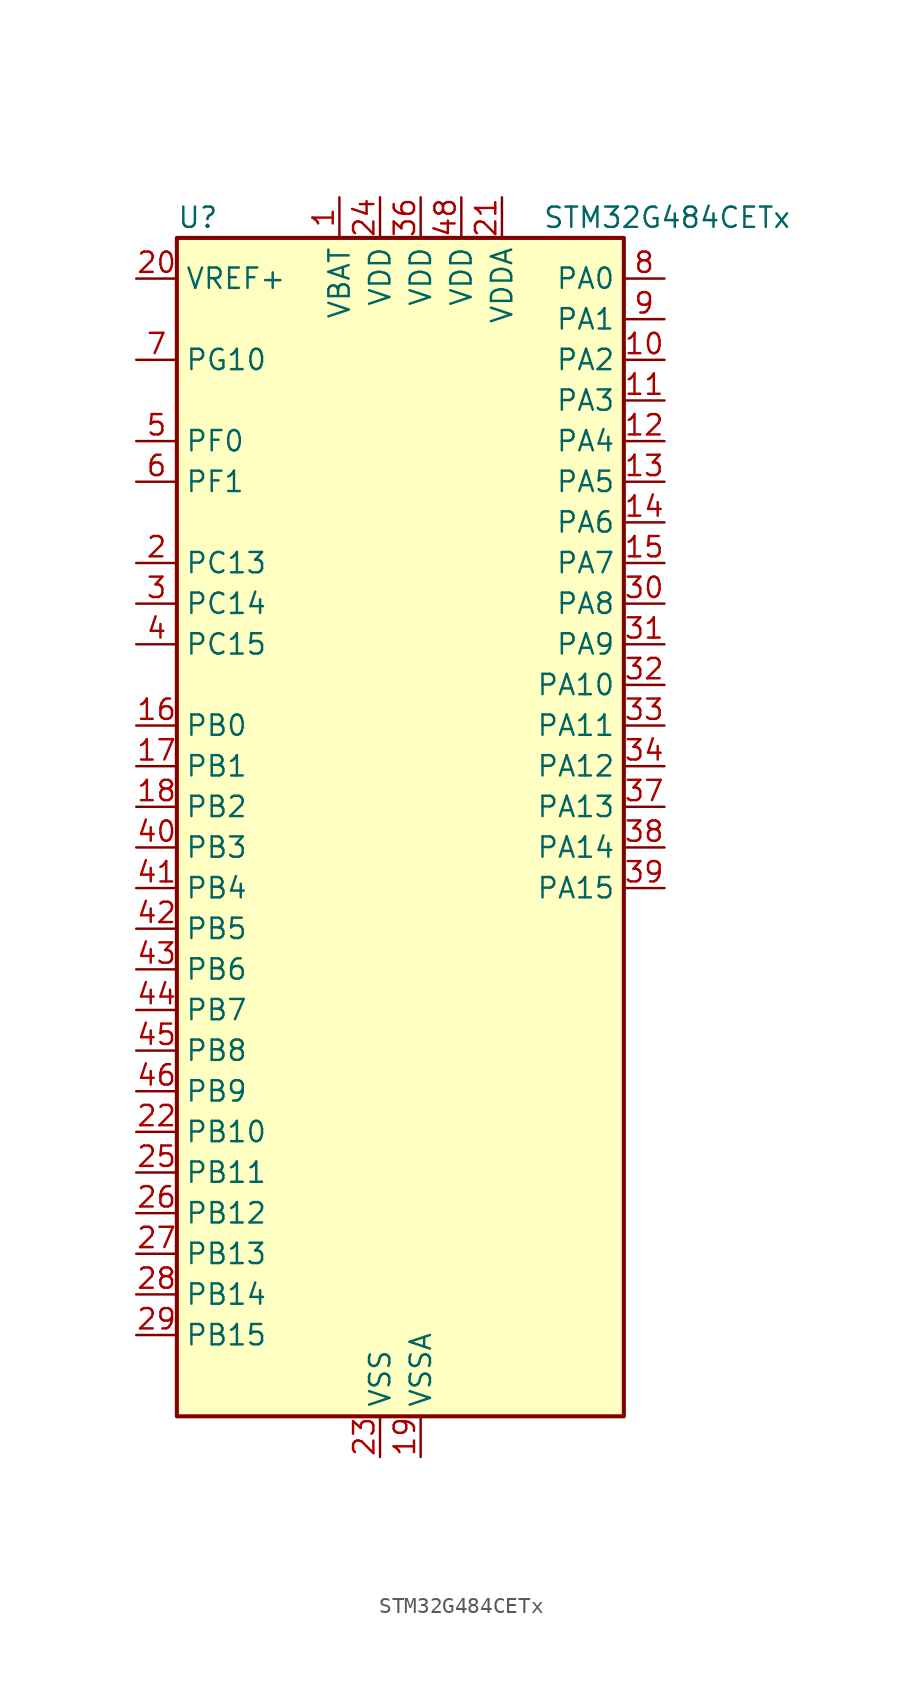
<source format=kicad_sym>
(kicad_symbol_lib
  (version 20231120)
  (generator "kicad_symbol_editor")
  (generator_version "8.0")
  (symbol "STM32G484CETx"
    (property "Reference" "U"
      (at -12.7 39.37 0)
      (effects (font (size 1.27 1.27)) (justify left)))
    (property "Value" "STM32G484CETx"
      (at 10.16 39.37 0)
      (effects (font (size 1.27 1.27)) (justify left)))
    (property "ki_locked" ""
      (at 0 0 0)
      (effects (font (size 1.27 1.27))))
    (symbol "STM32G484CETx_0_1"
      (rectangle (start -12.7 -35.56) (end 15.24 38.1) (stroke (width 0.254) (type default)) (fill (type background))))
    (symbol "STM32G484CETx_1_1"
      (pin power_in line (at -2.54 40.64 270) (length 2.54) (name "VBAT" (effects (font (size 1.27 1.27)))) (number "1" (effects (font (size 1.27 1.27)))))
      (pin bidirectional line (at 17.78 30.48 180) (length 2.54) (name "PA2" (effects (font (size 1.27 1.27)))) (number "10" (effects (font (size 1.27 1.27)))) (alternate "ADC1_IN3" bidirectional line) (alternate "ADC3_EXTI2" bidirectional line) (alternate "ADC4_EXTI2" bidirectional line) (alternate "ADC5_EXTI2" bidirectional line) (alternate "COMP2_INM" bidirectional line) (alternate "COMP2_OUT" bidirectional line) (alternate "LPUART1_TX" bidirectional line) (alternate "OPAMP1_VOUT" bidirectional line) (alternate "QUADSPI1_BK1_NCS" bidirectional line) (alternate "RCC_LSCO" bidirectional line) (alternate "SYS_WKUP4" bidirectional line) (alternate "TIM15_CH1" bidirectional line) (alternate "TIM2_CH3" bidirectional line) (alternate "TIM5_CH3" bidirectional line) (alternate "UCPD1_FRSTX1" bidirectional line) (alternate "UCPD1_FRSTX2" bidirectional line) (alternate "USART2_TX" bidirectional line))
      (pin bidirectional line (at 17.78 27.94 180) (length 2.54) (name "PA3" (effects (font (size 1.27 1.27)))) (number "11" (effects (font (size 1.27 1.27)))) (alternate "ADC1_IN4" bidirectional line) (alternate "ADC3_EXTI3" bidirectional line) (alternate "ADC4_EXTI3" bidirectional line) (alternate "ADC5_EXTI3" bidirectional line) (alternate "COMP2_INP" bidirectional line) (alternate "LPUART1_RX" bidirectional line) (alternate "OPAMP1_VINM" bidirectional line) (alternate "OPAMP1_VINM0" bidirectional line) (alternate "OPAMP1_VINM_SEC" bidirectional line) (alternate "OPAMP1_VINP" bidirectional line) (alternate "OPAMP1_VINP_SEC" bidirectional line) (alternate "OPAMP5_VINM" bidirectional line) (alternate "OPAMP5_VINM1" bidirectional line) (alternate "OPAMP5_VINM_SEC" bidirectional line) (alternate "QUADSPI1_CLK" bidirectional line) (alternate "SAI1_CK1" bidirectional line) (alternate "SAI1_MCLK_A" bidirectional line) (alternate "TIM15_CH2" bidirectional line) (alternate "TIM2_CH4" bidirectional line) (alternate "TIM5_CH4" bidirectional line) (alternate "USART2_RX" bidirectional line))
      (pin bidirectional line (at 17.78 25.4 180) (length 2.54) (name "PA4" (effects (font (size 1.27 1.27)))) (number "12" (effects (font (size 1.27 1.27)))) (alternate "ADC2_IN17" bidirectional line) (alternate "COMP1_INM" bidirectional line) (alternate "DAC1_OUT1" bidirectional line) (alternate "I2S3_WS" bidirectional line) (alternate "SAI1_FS_B" bidirectional line) (alternate "SPI1_NSS" bidirectional line) (alternate "SPI3_NSS" bidirectional line) (alternate "TIM3_CH2" bidirectional line) (alternate "USART2_CK" bidirectional line))
      (pin bidirectional line (at 17.78 22.86 180) (length 2.54) (name "PA5" (effects (font (size 1.27 1.27)))) (number "13" (effects (font (size 1.27 1.27)))) (alternate "ADC2_IN13" bidirectional line) (alternate "COMP2_INM" bidirectional line) (alternate "DAC1_OUT2" bidirectional line) (alternate "OPAMP2_VINM" bidirectional line) (alternate "OPAMP2_VINM0" bidirectional line) (alternate "OPAMP2_VINM_SEC" bidirectional line) (alternate "SPI1_SCK" bidirectional line) (alternate "TIM2_CH1" bidirectional line) (alternate "TIM2_ETR" bidirectional line) (alternate "UCPD1_FRSTX1" bidirectional line) (alternate "UCPD1_FRSTX2" bidirectional line))
      (pin bidirectional line (at 17.78 20.32 180) (length 2.54) (name "PA6" (effects (font (size 1.27 1.27)))) (number "14" (effects (font (size 1.27 1.27)))) (alternate "ADC2_IN3" bidirectional line) (alternate "COMP1_OUT" bidirectional line) (alternate "DAC2_OUT1" bidirectional line) (alternate "LPUART1_CTS" bidirectional line) (alternate "OPAMP2_VOUT" bidirectional line) (alternate "QUADSPI1_BK1_IO3" bidirectional line) (alternate "SPI1_MISO" bidirectional line) (alternate "TIM16_CH1" bidirectional line) (alternate "TIM1_BKIN" bidirectional line) (alternate "TIM3_CH1" bidirectional line) (alternate "TIM8_BKIN" bidirectional line))
      (pin bidirectional line (at 17.78 17.78 180) (length 2.54) (name "PA7" (effects (font (size 1.27 1.27)))) (number "15" (effects (font (size 1.27 1.27)))) (alternate "ADC2_IN4" bidirectional line) (alternate "COMP2_INP" bidirectional line) (alternate "COMP2_OUT" bidirectional line) (alternate "OPAMP1_VINP" bidirectional line) (alternate "OPAMP1_VINP_SEC" bidirectional line) (alternate "OPAMP2_VINP" bidirectional line) (alternate "OPAMP2_VINP_SEC" bidirectional line) (alternate "QUADSPI1_BK1_IO2" bidirectional line) (alternate "SPI1_MOSI" bidirectional line) (alternate "TIM17_CH1" bidirectional line) (alternate "TIM1_CH1N" bidirectional line) (alternate "TIM3_CH2" bidirectional line) (alternate "TIM8_CH1N" bidirectional line) (alternate "UCPD1_FRSTX1" bidirectional line) (alternate "UCPD1_FRSTX2" bidirectional line))
      (pin bidirectional line (at -15.24 7.62 0) (length 2.54) (name "PB0" (effects (font (size 1.27 1.27)))) (number "16" (effects (font (size 1.27 1.27)))) (alternate "ADC1_IN15" bidirectional line) (alternate "ADC3_IN12" bidirectional line) (alternate "COMP4_INP" bidirectional line) (alternate "HRTIM1_FLT5" bidirectional line) (alternate "OPAMP2_VINP" bidirectional line) (alternate "OPAMP2_VINP_SEC" bidirectional line) (alternate "OPAMP3_VINP" bidirectional line) (alternate "OPAMP3_VINP_SEC" bidirectional line) (alternate "QUADSPI1_BK1_IO1" bidirectional line) (alternate "TIM1_CH2N" bidirectional line) (alternate "TIM3_CH3" bidirectional line) (alternate "TIM8_CH2N" bidirectional line) (alternate "UCPD1_FRSTX1" bidirectional line) (alternate "UCPD1_FRSTX2" bidirectional line))
      (pin bidirectional line (at -15.24 5.08 0) (length 2.54) (name "PB1" (effects (font (size 1.27 1.27)))) (number "17" (effects (font (size 1.27 1.27)))) (alternate "ADC1_IN12" bidirectional line) (alternate "ADC3_IN1" bidirectional line) (alternate "COMP1_INP" bidirectional line) (alternate "COMP4_OUT" bidirectional line) (alternate "HRTIM1_SCOUT" bidirectional line) (alternate "LPUART1_DE" bidirectional line) (alternate "LPUART1_RTS" bidirectional line) (alternate "OPAMP3_VOUT" bidirectional line) (alternate "OPAMP6_VINM" bidirectional line) (alternate "OPAMP6_VINM1" bidirectional line) (alternate "OPAMP6_VINM_SEC" bidirectional line) (alternate "QUADSPI1_BK1_IO0" bidirectional line) (alternate "TIM1_CH3N" bidirectional line) (alternate "TIM3_CH4" bidirectional line) (alternate "TIM8_CH3N" bidirectional line))
      (pin bidirectional line (at -15.24 2.54 0) (length 2.54) (name "PB2" (effects (font (size 1.27 1.27)))) (number "18" (effects (font (size 1.27 1.27)))) (alternate "ADC2_IN12" bidirectional line) (alternate "ADC3_EXTI2" bidirectional line) (alternate "ADC4_EXTI2" bidirectional line) (alternate "ADC5_EXTI2" bidirectional line) (alternate "COMP4_INM" bidirectional line) (alternate "HRTIM1_SCIN" bidirectional line) (alternate "I2C3_SMBA" bidirectional line) (alternate "LPTIM1_OUT" bidirectional line) (alternate "OPAMP3_VINM" bidirectional line) (alternate "OPAMP3_VINM0" bidirectional line) (alternate "OPAMP3_VINM_SEC" bidirectional line) (alternate "QUADSPI1_BK2_IO1" bidirectional line) (alternate "RTC_OUT2" bidirectional line) (alternate "TIM20_CH1" bidirectional line) (alternate "TIM5_CH1" bidirectional line))
      (pin power_in line (at 2.54 -38.1 90) (length 2.54) (name "VSSA" (effects (font (size 1.27 1.27)))) (number "19" (effects (font (size 1.27 1.27)))))
      (pin bidirectional line (at -15.24 17.78 0) (length 2.54) (name "PC13" (effects (font (size 1.27 1.27)))) (number "2" (effects (font (size 1.27 1.27)))) (alternate "RTC_OUT1" bidirectional line) (alternate "RTC_TAMP1" bidirectional line) (alternate "RTC_TS" bidirectional line) (alternate "SYS_WKUP2" bidirectional line) (alternate "TIM1_BKIN" bidirectional line) (alternate "TIM1_CH1N" bidirectional line) (alternate "TIM8_CH4N" bidirectional line))
      (pin input line (at -15.24 35.56 0) (length 2.54) (name "VREF+" (effects (font (size 1.27 1.27)))) (number "20" (effects (font (size 1.27 1.27)))) (alternate "VREFBUF_OUT" bidirectional line))
      (pin power_in line (at 7.62 40.64 270) (length 2.54) (name "VDDA" (effects (font (size 1.27 1.27)))) (number "21" (effects (font (size 1.27 1.27)))))
      (pin bidirectional line (at -15.24 -17.78 0) (length 2.54) (name "PB10" (effects (font (size 1.27 1.27)))) (number "22" (effects (font (size 1.27 1.27)))) (alternate "COMP5_INM" bidirectional line) (alternate "DAC1_EXTI10" bidirectional line) (alternate "DAC2_EXTI10" bidirectional line) (alternate "DAC3_EXTI10" bidirectional line) (alternate "DAC4_EXTI10" bidirectional line) (alternate "HRTIM1_FLT3" bidirectional line) (alternate "LPUART1_RX" bidirectional line) (alternate "OPAMP3_VINM" bidirectional line) (alternate "OPAMP3_VINM1" bidirectional line) (alternate "OPAMP3_VINM_SEC" bidirectional line) (alternate "OPAMP4_VINM" bidirectional line) (alternate "OPAMP4_VINM0" bidirectional line) (alternate "OPAMP4_VINM_SEC" bidirectional line) (alternate "QUADSPI1_CLK" bidirectional line) (alternate "SAI1_SCK_A" bidirectional line) (alternate "TIM1_BKIN" bidirectional line) (alternate "TIM2_CH3" bidirectional line) (alternate "USART3_TX" bidirectional line))
      (pin power_in line (at 0 -38.1 90) (length 2.54) (name "VSS" (effects (font (size 1.27 1.27)))) (number "23" (effects (font (size 1.27 1.27)))))
      (pin power_in line (at 0 40.64 270) (length 2.54) (name "VDD" (effects (font (size 1.27 1.27)))) (number "24" (effects (font (size 1.27 1.27)))))
      (pin bidirectional line (at -15.24 -20.32 0) (length 2.54) (name "PB11" (effects (font (size 1.27 1.27)))) (number "25" (effects (font (size 1.27 1.27)))) (alternate "ADC1_EXTI11" bidirectional line) (alternate "ADC1_IN14" bidirectional line) (alternate "ADC2_EXTI11" bidirectional line) (alternate "ADC2_IN14" bidirectional line) (alternate "COMP6_INP" bidirectional line) (alternate "HRTIM1_FLT4" bidirectional line) (alternate "LPUART1_TX" bidirectional line) (alternate "OPAMP4_VINP" bidirectional line) (alternate "OPAMP4_VINP_SEC" bidirectional line) (alternate "OPAMP6_VOUT" bidirectional line) (alternate "QUADSPI1_BK1_NCS" bidirectional line) (alternate "TIM2_CH4" bidirectional line) (alternate "USART3_RX" bidirectional line))
      (pin bidirectional line (at -15.24 -22.86 0) (length 2.54) (name "PB12" (effects (font (size 1.27 1.27)))) (number "26" (effects (font (size 1.27 1.27)))) (alternate "ADC1_IN11" bidirectional line) (alternate "ADC4_IN3" bidirectional line) (alternate "COMP7_INM" bidirectional line) (alternate "FDCAN2_RX" bidirectional line) (alternate "HRTIM1_CHC1" bidirectional line) (alternate "I2C2_SMBA" bidirectional line) (alternate "I2S2_WS" bidirectional line) (alternate "LPUART1_DE" bidirectional line) (alternate "LPUART1_RTS" bidirectional line) (alternate "OPAMP4_VOUT" bidirectional line) (alternate "OPAMP6_VINP" bidirectional line) (alternate "OPAMP6_VINP_SEC" bidirectional line) (alternate "SPI2_NSS" bidirectional line) (alternate "TIM1_BKIN" bidirectional line) (alternate "TIM5_ETR" bidirectional line) (alternate "USART3_CK" bidirectional line))
      (pin bidirectional line (at -15.24 -25.4 0) (length 2.54) (name "PB13" (effects (font (size 1.27 1.27)))) (number "27" (effects (font (size 1.27 1.27)))) (alternate "ADC3_IN5" bidirectional line) (alternate "COMP5_INP" bidirectional line) (alternate "FDCAN2_TX" bidirectional line) (alternate "HRTIM1_CHC2" bidirectional line) (alternate "I2S2_CK" bidirectional line) (alternate "LPUART1_CTS" bidirectional line) (alternate "OPAMP3_VINP" bidirectional line) (alternate "OPAMP3_VINP_SEC" bidirectional line) (alternate "OPAMP4_VINP" bidirectional line) (alternate "OPAMP4_VINP_SEC" bidirectional line) (alternate "OPAMP6_VINP" bidirectional line) (alternate "OPAMP6_VINP_SEC" bidirectional line) (alternate "SPI2_SCK" bidirectional line) (alternate "TIM1_CH1N" bidirectional line) (alternate "USART3_CTS" bidirectional line) (alternate "USART3_NSS" bidirectional line))
      (pin bidirectional line (at -15.24 -27.94 0) (length 2.54) (name "PB14" (effects (font (size 1.27 1.27)))) (number "28" (effects (font (size 1.27 1.27)))) (alternate "ADC1_IN5" bidirectional line) (alternate "ADC4_IN4" bidirectional line) (alternate "COMP4_OUT" bidirectional line) (alternate "COMP7_INP" bidirectional line) (alternate "HRTIM1_CHD1" bidirectional line) (alternate "OPAMP2_VINP" bidirectional line) (alternate "OPAMP2_VINP_SEC" bidirectional line) (alternate "OPAMP5_VINP" bidirectional line) (alternate "OPAMP5_VINP_SEC" bidirectional line) (alternate "SPI2_MISO" bidirectional line) (alternate "TIM15_CH1" bidirectional line) (alternate "TIM1_CH2N" bidirectional line) (alternate "USART3_DE" bidirectional line) (alternate "USART3_RTS" bidirectional line))
      (pin bidirectional line (at -15.24 -30.48 0) (length 2.54) (name "PB15" (effects (font (size 1.27 1.27)))) (number "29" (effects (font (size 1.27 1.27)))) (alternate "ADC1_EXTI15" bidirectional line) (alternate "ADC2_EXTI15" bidirectional line) (alternate "ADC2_IN15" bidirectional line) (alternate "ADC4_IN5" bidirectional line) (alternate "COMP3_OUT" bidirectional line) (alternate "COMP6_INM" bidirectional line) (alternate "HRTIM1_CHD2" bidirectional line) (alternate "I2S2_SD" bidirectional line) (alternate "OPAMP5_VINM" bidirectional line) (alternate "OPAMP5_VINM0" bidirectional line) (alternate "OPAMP5_VINM_SEC" bidirectional line) (alternate "RTC_REFIN" bidirectional line) (alternate "SPI2_MOSI" bidirectional line) (alternate "TIM15_CH1N" bidirectional line) (alternate "TIM15_CH2" bidirectional line) (alternate "TIM1_CH3N" bidirectional line))
      (pin bidirectional line (at -15.24 15.24 0) (length 2.54) (name "PC14" (effects (font (size 1.27 1.27)))) (number "3" (effects (font (size 1.27 1.27)))) (alternate "RCC_OSC32_IN" bidirectional line))
      (pin bidirectional line (at 17.78 15.24 180) (length 2.54) (name "PA8" (effects (font (size 1.27 1.27)))) (number "30" (effects (font (size 1.27 1.27)))) (alternate "ADC5_IN1" bidirectional line) (alternate "COMP7_OUT" bidirectional line) (alternate "FDCAN3_RX" bidirectional line) (alternate "HRTIM1_CHA1" bidirectional line) (alternate "I2C2_SDA" bidirectional line) (alternate "I2C3_SCL" bidirectional line) (alternate "I2S2_MCK" bidirectional line) (alternate "OPAMP5_VOUT" bidirectional line) (alternate "RCC_MCO" bidirectional line) (alternate "SAI1_CK2" bidirectional line) (alternate "SAI1_SCK_A" bidirectional line) (alternate "TIM1_CH1" bidirectional line) (alternate "TIM4_ETR" bidirectional line) (alternate "USART1_CK" bidirectional line))
      (pin bidirectional line (at 17.78 12.7 180) (length 2.54) (name "PA9" (effects (font (size 1.27 1.27)))) (number "31" (effects (font (size 1.27 1.27)))) (alternate "ADC5_IN2" bidirectional line) (alternate "COMP5_OUT" bidirectional line) (alternate "DAC1_EXTI9" bidirectional line) (alternate "DAC2_EXTI9" bidirectional line) (alternate "DAC3_EXTI9" bidirectional line) (alternate "DAC4_EXTI9" bidirectional line) (alternate "HRTIM1_CHA2" bidirectional line) (alternate "I2C2_SCL" bidirectional line) (alternate "I2C3_SMBA" bidirectional line) (alternate "I2S3_MCK" bidirectional line) (alternate "SAI1_FS_A" bidirectional line) (alternate "TIM15_BKIN" bidirectional line) (alternate "TIM1_CH2" bidirectional line) (alternate "TIM2_CH3" bidirectional line) (alternate "UCPD1_DBCC1" bidirectional line) (alternate "USART1_TX" bidirectional line))
      (pin bidirectional line (at 17.78 10.16 180) (length 2.54) (name "PA10" (effects (font (size 1.27 1.27)))) (number "32" (effects (font (size 1.27 1.27)))) (alternate "COMP6_OUT" bidirectional line) (alternate "CRS_SYNC" bidirectional line) (alternate "DAC1_EXTI10" bidirectional line) (alternate "DAC2_EXTI10" bidirectional line) (alternate "DAC3_EXTI10" bidirectional line) (alternate "DAC4_EXTI10" bidirectional line) (alternate "HRTIM1_CHB1" bidirectional line) (alternate "I2C2_SMBA" bidirectional line) (alternate "SAI1_D1" bidirectional line) (alternate "SAI1_SD_A" bidirectional line) (alternate "SPI2_MISO" bidirectional line) (alternate "TIM17_BKIN" bidirectional line) (alternate "TIM1_CH3" bidirectional line) (alternate "TIM2_CH4" bidirectional line) (alternate "TIM8_BKIN" bidirectional line) (alternate "UCPD1_DBCC2" bidirectional line) (alternate "USART1_RX" bidirectional line))
      (pin bidirectional line (at 17.78 7.62 180) (length 2.54) (name "PA11" (effects (font (size 1.27 1.27)))) (number "33" (effects (font (size 1.27 1.27)))) (alternate "ADC1_EXTI11" bidirectional line) (alternate "ADC2_EXTI11" bidirectional line) (alternate "COMP1_OUT" bidirectional line) (alternate "FDCAN1_RX" bidirectional line) (alternate "HRTIM1_CHB2" bidirectional line) (alternate "I2S2_SD" bidirectional line) (alternate "SPI2_MOSI" bidirectional line) (alternate "TIM1_BKIN2" bidirectional line) (alternate "TIM1_CH1N" bidirectional line) (alternate "TIM1_CH4" bidirectional line) (alternate "TIM4_CH1" bidirectional line) (alternate "USART1_CTS" bidirectional line) (alternate "USART1_NSS" bidirectional line) (alternate "USB_DM" bidirectional line))
      (pin bidirectional line (at 17.78 5.08 180) (length 2.54) (name "PA12" (effects (font (size 1.27 1.27)))) (number "34" (effects (font (size 1.27 1.27)))) (alternate "COMP2_OUT" bidirectional line) (alternate "FDCAN1_TX" bidirectional line) (alternate "HRTIM1_FLT1" bidirectional line) (alternate "I2S_CKIN" bidirectional line) (alternate "TIM16_CH1" bidirectional line) (alternate "TIM1_CH2N" bidirectional line) (alternate "TIM1_ETR" bidirectional line) (alternate "TIM4_CH2" bidirectional line) (alternate "USART1_DE" bidirectional line) (alternate "USART1_RTS" bidirectional line) (alternate "USB_DP" bidirectional line))
      (pin passive line (at 0 -38.1 90) (length 2.54) hide (name "VSS" (effects (font (size 1.27 1.27)))) (number "35" (effects (font (size 1.27 1.27)))))
      (pin power_in line (at 2.54 40.64 270) (length 2.54) (name "VDD" (effects (font (size 1.27 1.27)))) (number "36" (effects (font (size 1.27 1.27)))))
      (pin bidirectional line (at 17.78 2.54 180) (length 2.54) (name "PA13" (effects (font (size 1.27 1.27)))) (number "37" (effects (font (size 1.27 1.27)))) (alternate "I2C1_SCL" bidirectional line) (alternate "I2C4_SCL" bidirectional line) (alternate "IR_OUT" bidirectional line) (alternate "SAI1_SD_B" bidirectional line) (alternate "SYS_JTMS-SWDIO" bidirectional line) (alternate "TIM16_CH1N" bidirectional line) (alternate "TIM4_CH3" bidirectional line) (alternate "USART3_CTS" bidirectional line) (alternate "USART3_NSS" bidirectional line))
      (pin bidirectional line (at 17.78 0 180) (length 2.54) (name "PA14" (effects (font (size 1.27 1.27)))) (number "38" (effects (font (size 1.27 1.27)))) (alternate "I2C1_SDA" bidirectional line) (alternate "I2C4_SMBA" bidirectional line) (alternate "LPTIM1_OUT" bidirectional line) (alternate "SAI1_FS_B" bidirectional line) (alternate "SYS_JTCK-SWCLK" bidirectional line) (alternate "TIM1_BKIN" bidirectional line) (alternate "TIM8_CH2" bidirectional line) (alternate "USART2_TX" bidirectional line))
      (pin bidirectional line (at 17.78 -2.54 180) (length 2.54) (name "PA15" (effects (font (size 1.27 1.27)))) (number "39" (effects (font (size 1.27 1.27)))) (alternate "ADC1_EXTI15" bidirectional line) (alternate "ADC2_EXTI15" bidirectional line) (alternate "FDCAN3_TX" bidirectional line) (alternate "HRTIM1_FLT2" bidirectional line) (alternate "I2C1_SCL" bidirectional line) (alternate "I2S3_WS" bidirectional line) (alternate "SPI1_NSS" bidirectional line) (alternate "SPI3_NSS" bidirectional line) (alternate "SYS_JTDI" bidirectional line) (alternate "TIM1_BKIN" bidirectional line) (alternate "TIM2_CH1" bidirectional line) (alternate "TIM2_ETR" bidirectional line) (alternate "TIM8_CH1" bidirectional line) (alternate "USART2_RX" bidirectional line))
      (pin bidirectional line (at -15.24 12.7 0) (length 2.54) (name "PC15" (effects (font (size 1.27 1.27)))) (number "4" (effects (font (size 1.27 1.27)))) (alternate "ADC1_EXTI15" bidirectional line) (alternate "ADC2_EXTI15" bidirectional line) (alternate "RCC_OSC32_OUT" bidirectional line))
      (pin bidirectional line (at -15.24 0 0) (length 2.54) (name "PB3" (effects (font (size 1.27 1.27)))) (number "40" (effects (font (size 1.27 1.27)))) (alternate "ADC3_EXTI3" bidirectional line) (alternate "ADC4_EXTI3" bidirectional line) (alternate "ADC5_EXTI3" bidirectional line) (alternate "CRS_SYNC" bidirectional line) (alternate "FDCAN3_RX" bidirectional line) (alternate "HRTIM1_EEV9" bidirectional line) (alternate "HRTIM1_SCOUT" bidirectional line) (alternate "I2S3_CK" bidirectional line) (alternate "SAI1_SCK_B" bidirectional line) (alternate "SPI1_SCK" bidirectional line) (alternate "SPI3_SCK" bidirectional line) (alternate "SYS_JTDO-SWO" bidirectional line) (alternate "TIM2_CH2" bidirectional line) (alternate "TIM3_ETR" bidirectional line) (alternate "TIM4_ETR" bidirectional line) (alternate "TIM8_CH1N" bidirectional line) (alternate "USART2_TX" bidirectional line))
      (pin bidirectional line (at -15.24 -2.54 0) (length 2.54) (name "PB4" (effects (font (size 1.27 1.27)))) (number "41" (effects (font (size 1.27 1.27)))) (alternate "FDCAN3_TX" bidirectional line) (alternate "HRTIM1_EEV7" bidirectional line) (alternate "SAI1_MCLK_B" bidirectional line) (alternate "SPI1_MISO" bidirectional line) (alternate "SPI3_MISO" bidirectional line) (alternate "SYS_JTRST" bidirectional line) (alternate "TIM16_CH1" bidirectional line) (alternate "TIM17_BKIN" bidirectional line) (alternate "TIM3_CH1" bidirectional line) (alternate "TIM8_CH2N" bidirectional line) (alternate "UCPD1_CC2" bidirectional line) (alternate "USART2_RX" bidirectional line))
      (pin bidirectional line (at -15.24 -5.08 0) (length 2.54) (name "PB5" (effects (font (size 1.27 1.27)))) (number "42" (effects (font (size 1.27 1.27)))) (alternate "FDCAN2_RX" bidirectional line) (alternate "HRTIM1_EEV6" bidirectional line) (alternate "I2C1_SMBA" bidirectional line) (alternate "I2C3_SDA" bidirectional line) (alternate "I2S3_SD" bidirectional line) (alternate "LPTIM1_IN1" bidirectional line) (alternate "SAI1_SD_B" bidirectional line) (alternate "SPI1_MOSI" bidirectional line) (alternate "SPI3_MOSI" bidirectional line) (alternate "TIM16_BKIN" bidirectional line) (alternate "TIM17_CH1" bidirectional line) (alternate "TIM3_CH2" bidirectional line) (alternate "TIM8_CH3N" bidirectional line) (alternate "USART2_CK" bidirectional line))
      (pin bidirectional line (at -15.24 -7.62 0) (length 2.54) (name "PB6" (effects (font (size 1.27 1.27)))) (number "43" (effects (font (size 1.27 1.27)))) (alternate "COMP4_OUT" bidirectional line) (alternate "FDCAN2_TX" bidirectional line) (alternate "HRTIM1_EEV4" bidirectional line) (alternate "HRTIM1_SCIN" bidirectional line) (alternate "LPTIM1_ETR" bidirectional line) (alternate "SAI1_FS_B" bidirectional line) (alternate "TIM16_CH1N" bidirectional line) (alternate "TIM4_CH1" bidirectional line) (alternate "TIM8_BKIN2" bidirectional line) (alternate "TIM8_CH1" bidirectional line) (alternate "TIM8_ETR" bidirectional line) (alternate "UCPD1_CC1" bidirectional line) (alternate "USART1_TX" bidirectional line))
      (pin bidirectional line (at -15.24 -10.16 0) (length 2.54) (name "PB7" (effects (font (size 1.27 1.27)))) (number "44" (effects (font (size 1.27 1.27)))) (alternate "COMP3_OUT" bidirectional line) (alternate "HRTIM1_EEV3" bidirectional line) (alternate "I2C1_SDA" bidirectional line) (alternate "I2C4_SDA" bidirectional line) (alternate "LPTIM1_IN2" bidirectional line) (alternate "SYS_PVD_IN" bidirectional line) (alternate "TIM17_CH1N" bidirectional line) (alternate "TIM3_CH4" bidirectional line) (alternate "TIM4_CH2" bidirectional line) (alternate "TIM8_BKIN" bidirectional line) (alternate "USART1_RX" bidirectional line))
      (pin bidirectional line (at -15.24 -12.7 0) (length 2.54) (name "PB8" (effects (font (size 1.27 1.27)))) (number "45" (effects (font (size 1.27 1.27)))) (alternate "COMP1_OUT" bidirectional line) (alternate "FDCAN1_RX" bidirectional line) (alternate "HRTIM1_EEV8" bidirectional line) (alternate "I2C1_SCL" bidirectional line) (alternate "SAI1_CK1" bidirectional line) (alternate "SAI1_MCLK_A" bidirectional line) (alternate "TIM16_CH1" bidirectional line) (alternate "TIM1_BKIN" bidirectional line) (alternate "TIM4_CH3" bidirectional line) (alternate "TIM8_CH2" bidirectional line) (alternate "USART3_RX" bidirectional line))
      (pin bidirectional line (at -15.24 -15.24 0) (length 2.54) (name "PB9" (effects (font (size 1.27 1.27)))) (number "46" (effects (font (size 1.27 1.27)))) (alternate "COMP2_OUT" bidirectional line) (alternate "DAC1_EXTI9" bidirectional line) (alternate "DAC2_EXTI9" bidirectional line) (alternate "DAC3_EXTI9" bidirectional line) (alternate "DAC4_EXTI9" bidirectional line) (alternate "FDCAN1_TX" bidirectional line) (alternate "HRTIM1_EEV5" bidirectional line) (alternate "I2C1_SDA" bidirectional line) (alternate "IR_OUT" bidirectional line) (alternate "SAI1_D2" bidirectional line) (alternate "SAI1_FS_A" bidirectional line) (alternate "TIM17_CH1" bidirectional line) (alternate "TIM1_CH3N" bidirectional line) (alternate "TIM4_CH4" bidirectional line) (alternate "TIM8_CH3" bidirectional line) (alternate "USART3_TX" bidirectional line))
      (pin passive line (at 0 -38.1 90) (length 2.54) hide (name "VSS" (effects (font (size 1.27 1.27)))) (number "47" (effects (font (size 1.27 1.27)))))
      (pin power_in line (at 5.08 40.64 270) (length 2.54) (name "VDD" (effects (font (size 1.27 1.27)))) (number "48" (effects (font (size 1.27 1.27)))))
      (pin bidirectional line (at -15.24 25.4 0) (length 2.54) (name "PF0" (effects (font (size 1.27 1.27)))) (number "5" (effects (font (size 1.27 1.27)))) (alternate "ADC1_IN10" bidirectional line) (alternate "I2C2_SDA" bidirectional line) (alternate "I2S2_WS" bidirectional line) (alternate "RCC_OSC_IN" bidirectional line) (alternate "SPI2_NSS" bidirectional line) (alternate "TIM1_CH3N" bidirectional line))
      (pin bidirectional line (at -15.24 22.86 0) (length 2.54) (name "PF1" (effects (font (size 1.27 1.27)))) (number "6" (effects (font (size 1.27 1.27)))) (alternate "ADC2_IN10" bidirectional line) (alternate "COMP3_INM" bidirectional line) (alternate "I2S2_CK" bidirectional line) (alternate "RCC_OSC_OUT" bidirectional line) (alternate "SPI2_SCK" bidirectional line))
      (pin bidirectional line (at -15.24 30.48 0) (length 2.54) (name "PG10" (effects (font (size 1.27 1.27)))) (number "7" (effects (font (size 1.27 1.27)))) (alternate "DAC1_EXTI10" bidirectional line) (alternate "DAC2_EXTI10" bidirectional line) (alternate "DAC3_EXTI10" bidirectional line) (alternate "DAC4_EXTI10" bidirectional line) (alternate "RCC_MCO" bidirectional line))
      (pin bidirectional line (at 17.78 35.56 180) (length 2.54) (name "PA0" (effects (font (size 1.27 1.27)))) (number "8" (effects (font (size 1.27 1.27)))) (alternate "ADC1_IN1" bidirectional line) (alternate "ADC2_IN1" bidirectional line) (alternate "COMP1_INM" bidirectional line) (alternate "COMP1_OUT" bidirectional line) (alternate "COMP3_INP" bidirectional line) (alternate "RTC_TAMP2" bidirectional line) (alternate "SYS_WKUP1" bidirectional line) (alternate "TIM2_CH1" bidirectional line) (alternate "TIM2_ETR" bidirectional line) (alternate "TIM5_CH1" bidirectional line) (alternate "TIM8_BKIN" bidirectional line) (alternate "TIM8_ETR" bidirectional line) (alternate "USART2_CTS" bidirectional line) (alternate "USART2_NSS" bidirectional line))
      (pin bidirectional line (at 17.78 33.02 180) (length 2.54) (name "PA1" (effects (font (size 1.27 1.27)))) (number "9" (effects (font (size 1.27 1.27)))) (alternate "ADC1_IN2" bidirectional line) (alternate "ADC2_IN2" bidirectional line) (alternate "COMP1_INP" bidirectional line) (alternate "OPAMP1_VINP" bidirectional line) (alternate "OPAMP1_VINP_SEC" bidirectional line) (alternate "OPAMP3_VINP" bidirectional line) (alternate "OPAMP3_VINP_SEC" bidirectional line) (alternate "OPAMP6_VINM" bidirectional line) (alternate "OPAMP6_VINM0" bidirectional line) (alternate "OPAMP6_VINM_SEC" bidirectional line) (alternate "RTC_REFIN" bidirectional line) (alternate "TIM15_CH1N" bidirectional line) (alternate "TIM2_CH2" bidirectional line) (alternate "TIM5_CH2" bidirectional line) (alternate "USART2_DE" bidirectional line) (alternate "USART2_RTS" bidirectional line)))))
</source>
